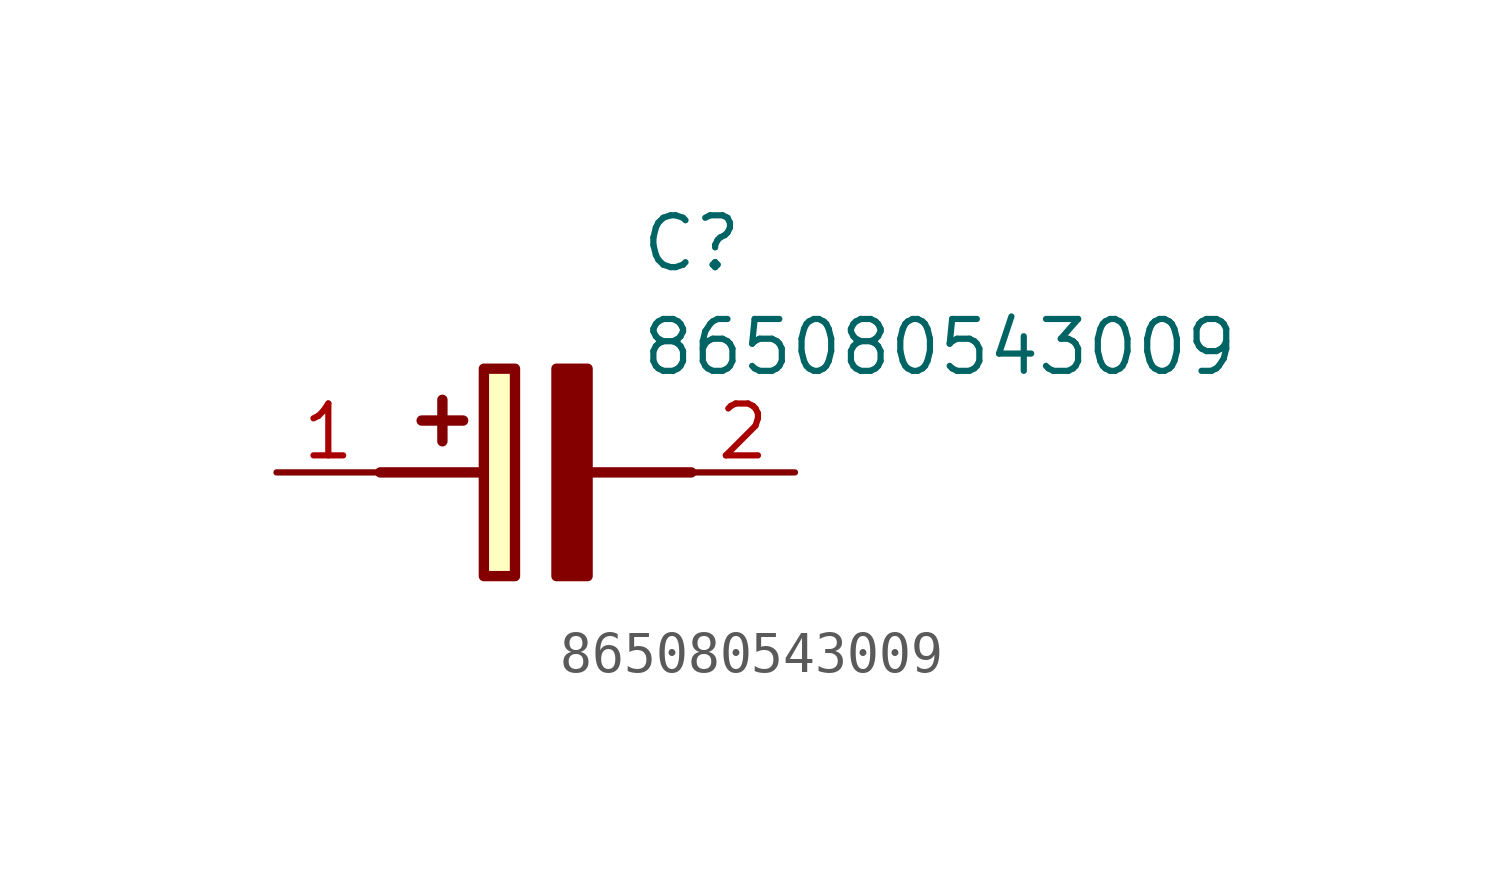
<source format=kicad_sym>
(kicad_symbol_lib
  (version 20211014)
  (generator SamacSys_ECAD_Model)
  (symbol "865080543009"
    (pin_names hide)
    (property "Reference" "C"
      (at 8.89 6.35 0)
      (effects (font (size 1.27 1.27)) (justify left top)))
    (property "Value" "865080543009"
      (at 8.89 3.81 0)
      (effects (font (size 1.27 1.27)) (justify left top)))
    (rectangle
      (start 5.08 2.54)
      (end 5.842 -2.54)
      (stroke (width 0.254) (type default))
      (fill (type background)))
    (polyline
      (pts (xy 4.572 1.27) (xy 3.556 1.27))
      (stroke (width 0.254) (type default))
      (fill (type none)))
    (polyline
      (pts (xy 4.064 1.778) (xy 4.064 0.762))
      (stroke (width 0.254) (type default))
      (fill (type none)))
    (polyline
      (pts (xy 2.54 0) (xy 5.08 0))
      (stroke (width 0.254) (type default))
      (fill (type none)))
    (polyline
      (pts (xy 7.62 0) (xy 10.16 0))
      (stroke (width 0.254) (type default))
      (fill (type none)))
    (polyline
      (pts (xy 7.62 2.54) (xy 7.62 -2.54) (xy 6.858 -2.54) (xy 6.858 2.54) (xy 7.62 2.54))
      (stroke (width 0.254) (type default))
      (fill (type outline)))
    (pin passive line
      (at 0 0 0)
      (length 2.54)
      (name "+" (effects (font (size 1.27 1.27))))
      (number "1" (effects (font (size 1.27 1.27)))))
    (pin passive line
      (at 12.7 0 180)
      (length 2.54)
      (name "-" (effects (font (size 1.27 1.27))))
      (number "2" (effects (font (size 1.27 1.27)))))))
</source>
